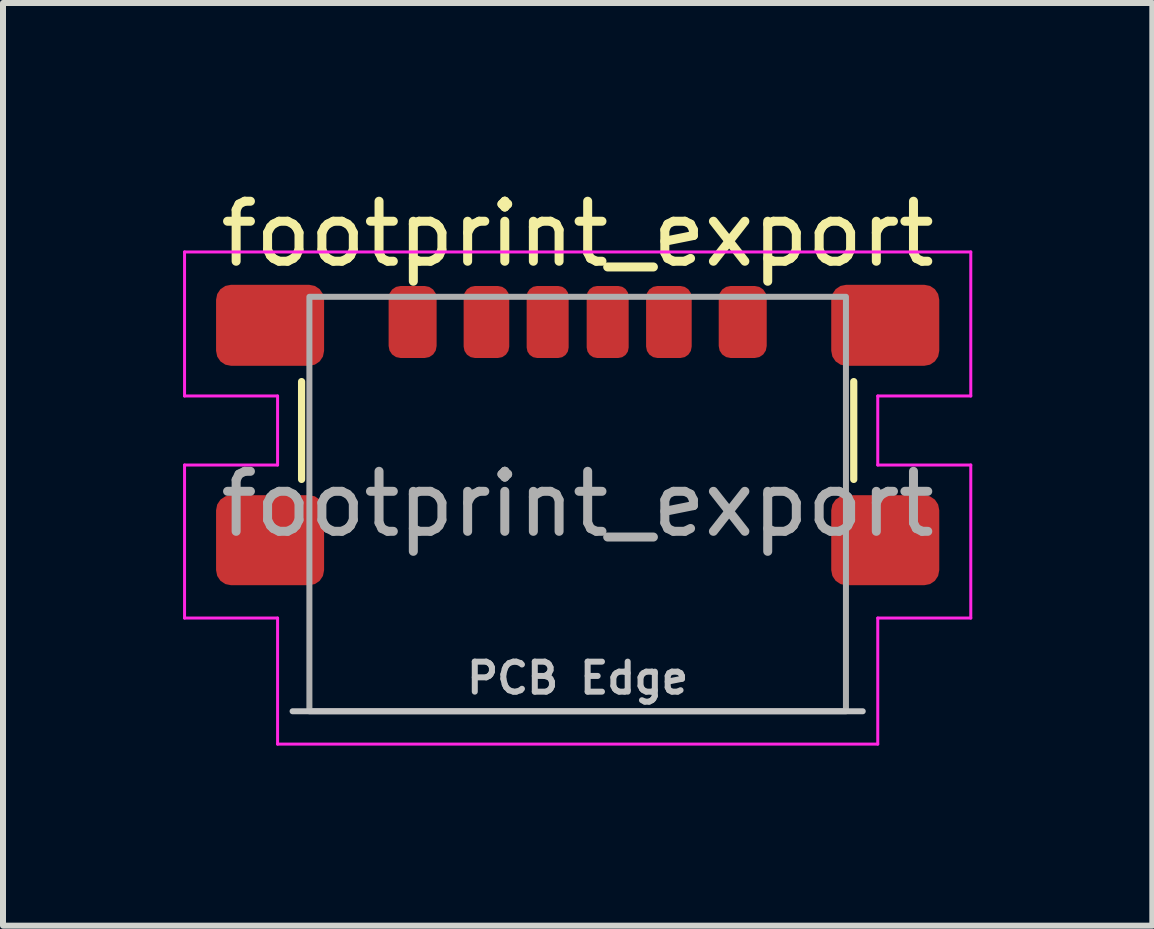
<source format=kicad_pcb>
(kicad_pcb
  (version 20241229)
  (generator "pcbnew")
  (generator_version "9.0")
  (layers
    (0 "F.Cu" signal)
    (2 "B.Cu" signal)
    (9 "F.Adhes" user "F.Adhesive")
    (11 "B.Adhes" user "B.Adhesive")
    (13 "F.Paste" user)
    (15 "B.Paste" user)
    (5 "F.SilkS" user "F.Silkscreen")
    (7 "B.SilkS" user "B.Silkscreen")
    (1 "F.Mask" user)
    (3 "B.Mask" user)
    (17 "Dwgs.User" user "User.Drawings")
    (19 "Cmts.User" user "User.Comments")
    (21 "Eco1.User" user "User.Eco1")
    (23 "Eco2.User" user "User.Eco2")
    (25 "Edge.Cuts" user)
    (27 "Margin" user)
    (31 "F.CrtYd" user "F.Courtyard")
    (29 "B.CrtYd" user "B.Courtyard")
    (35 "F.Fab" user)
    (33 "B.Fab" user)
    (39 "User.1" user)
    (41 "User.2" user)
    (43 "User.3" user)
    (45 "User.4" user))
  (footprint "footprint_export"
    (layer "F.Cu")
    (at 6.575 5.348)
    (property "Reference" "footprint_export" (at 0 -4.5 0) (unlocked yes) (layer "F.SilkS") (effects (font (size 1 1) (thickness 0.15))))
    (attr smd)
    (fp_line (start -4.6 -2.04) (end -4.6 -0.41) (stroke (width 0.12) (type solid)) (layer "F.SilkS"))
    (fp_line (start 4.6 -2.04) (end 4.6 -0.41) (stroke (width 0.12) (type solid)) (layer "F.SilkS"))
    (fp_line (start -4.75 3.453) (end 4.75 3.453) (stroke (width 0.1) (type solid)) (layer "Dwgs.User"))
    (fp_line (start -6.55 -4.2) (end -6.55 -1.8) (stroke (width 0.05) (type solid)) (layer "F.CrtYd"))
    (fp_line (start -6.55 -1.8) (end -5 -1.8) (stroke (width 0.05) (type solid)) (layer "F.CrtYd"))
    (fp_line (start -6.55 -0.65) (end -6.55 1.9) (stroke (width 0.05) (type solid)) (layer "F.CrtYd"))
    (fp_line (start -5 -1.8) (end -5 -0.65) (stroke (width 0.05) (type solid)) (layer "F.CrtYd"))
    (fp_line (start -5 -0.65) (end -6.55 -0.65) (stroke (width 0.05) (type solid)) (layer "F.CrtYd"))
    (fp_line (start -5 1.9) (end -6.55 1.9) (stroke (width 0.05) (type solid)) (layer "F.CrtYd"))
    (fp_line (start -5 1.9) (end -5 4) (stroke (width 0.05) (type solid)) (layer "F.CrtYd"))
    (fp_line (start -5 4) (end 5 4) (stroke (width 0.05) (type solid)) (layer "F.CrtYd"))
    (fp_line (start 5 -1.8) (end 5 -0.65) (stroke (width 0.05) (type solid)) (layer "F.CrtYd"))
    (fp_line (start 5 -1.8) (end 6.55 -1.8) (stroke (width 0.05) (type solid)) (layer "F.CrtYd"))
    (fp_line (start 5 1.9) (end 5 4) (stroke (width 0.05) (type solid)) (layer "F.CrtYd"))
    (fp_line (start 6.55 -4.2) (end -6.55 -4.2) (stroke (width 0.05) (type solid)) (layer "F.CrtYd"))
    (fp_line (start 6.55 -4.2) (end 6.55 -1.8) (stroke (width 0.05) (type solid)) (layer "F.CrtYd"))
    (fp_line (start 6.55 -0.65) (end 5 -0.65) (stroke (width 0.05) (type solid)) (layer "F.CrtYd"))
    (fp_line (start 6.55 -0.65) (end 6.55 1.9) (stroke (width 0.05) (type solid)) (layer "F.CrtYd"))
    (fp_line (start 6.55 1.9) (end 5 1.9) (stroke (width 0.05) (type solid)) (layer "F.CrtYd"))
    (fp_rect (start -4.47 -3.453) (end 4.47 3.453) (stroke (width 0.1) (type solid)) (fill no) (layer "F.Fab"))
    (fp_text user "PCB Edge" (at 0 2.9 0) (unlocked yes) (layer "Dwgs.User") (effects (font (size 0.5 0.5) (thickness 0.1))))
    (fp_text user "${REFERENCE}" (at 0 0 0) (unlocked yes) (layer "F.Fab") (effects (font (size 1 1) (thickness 0.15))))
    (pad "A5" smd roundrect (at -0.5 -3.033) (size 0.7 1.2) (layers "F.Cu" "F.Mask" "F.Paste") (roundrect_rratio 0.25))
    (pad "A9" smd roundrect (at 1.52 -3.033 180) (size 0.76 1.2) (layers "F.Cu" "F.Mask" "F.Paste") (roundrect_rratio 0.25))
    (pad "A12" smd roundrect (at 2.75 -3.033 180) (size 0.8 1.2) (layers "F.Cu" "F.Mask" "F.Paste") (roundrect_rratio 0.25))
    (pad "B5" smd roundrect (at 0.5 -3.033 180) (size 0.7 1.2) (layers "F.Cu" "F.Mask" "F.Paste") (roundrect_rratio 0.25))
    (pad "B9" smd roundrect (at -1.52 -3.033) (size 0.76 1.2) (layers "F.Cu" "F.Mask" "F.Paste") (roundrect_rratio 0.25))
    (pad "B12" smd roundrect (at -2.75 -3.033) (size 0.8 1.2) (layers "F.Cu" "F.Mask" "F.Paste") (roundrect_rratio 0.25))
    (pad "S1" smd roundrect (at -5.125 -2.978) (size 1.8 1.35) (layers "F.Cu" "F.Mask" "F.Paste") (roundrect_rratio 0.185))
    (pad "S1" smd roundrect (at -5.125 0.603) (size 1.8 1.5) (layers "F.Cu" "F.Mask" "F.Paste") (roundrect_rratio 0.167))
    (pad "S1" smd roundrect (at 5.125 -2.978) (size 1.8 1.35) (layers "F.Cu" "F.Mask" "F.Paste") (roundrect_rratio 0.185))
    (pad "S1" smd roundrect (at 5.125 0.603) (size 1.8 1.5) (layers "F.Cu" "F.Mask" "F.Paste") (roundrect_rratio 0.167)))
  (gr_rect
    (start -3 -3)
    (end 16.15 12.373)
    (stroke (width 0.1) (type default))
    (fill no)
    (layer "Edge.Cuts")))
</source>
